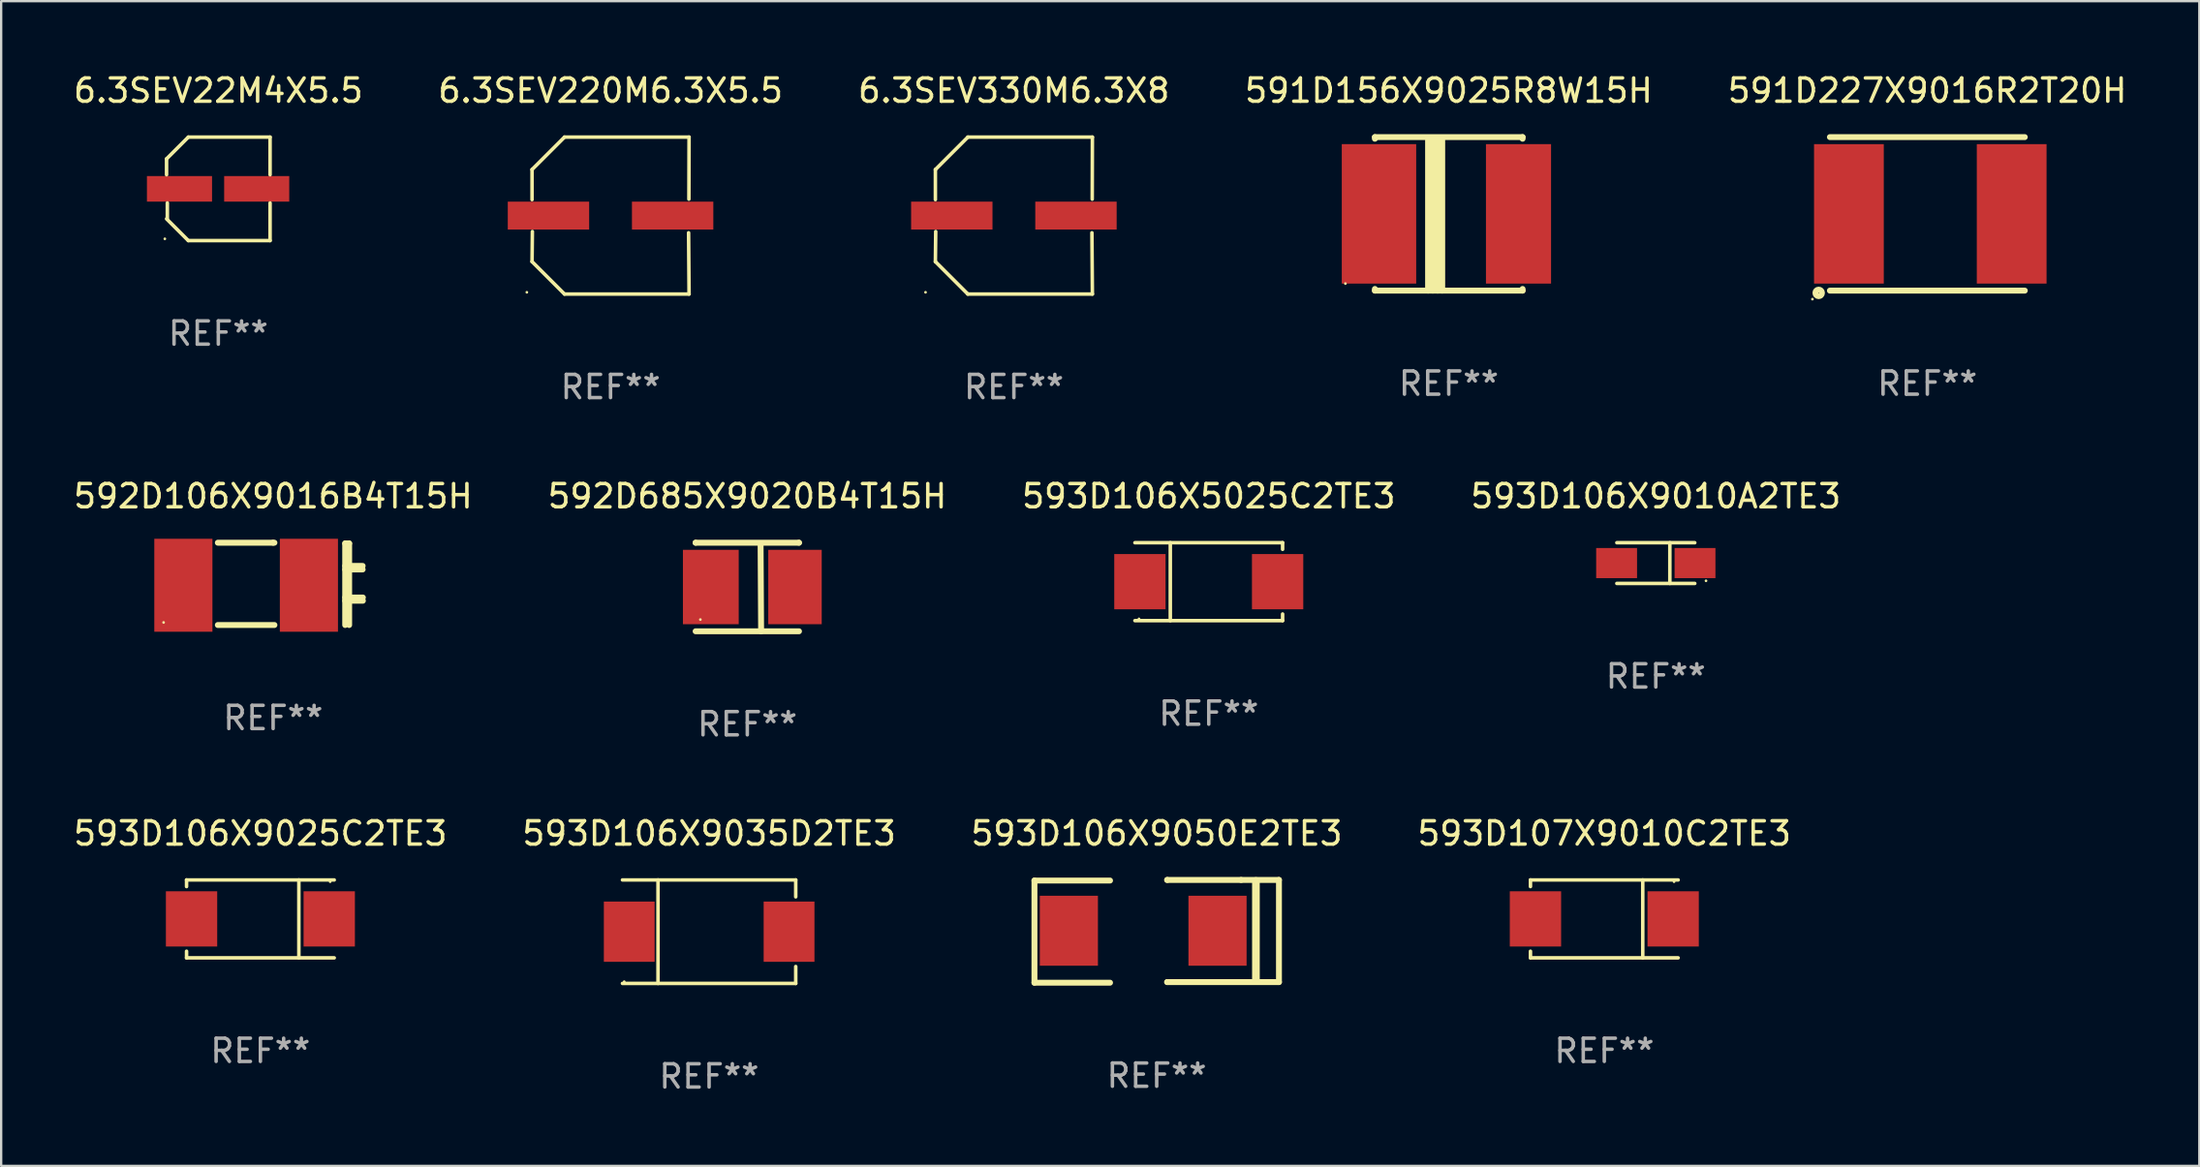
<source format=kicad_pcb>
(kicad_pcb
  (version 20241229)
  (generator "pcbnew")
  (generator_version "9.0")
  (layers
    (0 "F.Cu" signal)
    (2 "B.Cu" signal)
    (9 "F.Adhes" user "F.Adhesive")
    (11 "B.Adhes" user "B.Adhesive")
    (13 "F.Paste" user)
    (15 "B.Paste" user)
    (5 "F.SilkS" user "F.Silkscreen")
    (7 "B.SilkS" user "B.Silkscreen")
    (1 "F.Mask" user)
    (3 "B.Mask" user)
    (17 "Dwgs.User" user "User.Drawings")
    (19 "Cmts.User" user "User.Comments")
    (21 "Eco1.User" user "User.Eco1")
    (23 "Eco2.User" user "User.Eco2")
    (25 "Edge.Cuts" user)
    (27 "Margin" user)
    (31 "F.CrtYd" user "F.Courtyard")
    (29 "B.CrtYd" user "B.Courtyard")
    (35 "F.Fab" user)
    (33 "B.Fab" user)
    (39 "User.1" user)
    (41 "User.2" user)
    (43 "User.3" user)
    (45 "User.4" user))
  (footprint "591D156X9025R8W15H"
    (layer "F.Cu")
    (at 59.256 6.15)
    (property "Reference" "591D156X9025R8W15H" (at 0 -5.302 0) (layer "F.SilkS") (effects (font (size 1 1) (thickness 0.15))))
    (attr through_hole)
    (fp_line (start -3.175 -3.231) (end -3.175 -3.302) (stroke (width 0.254) (type solid)) (layer "F.SilkS"))
    (fp_line (start -3.175 3.302) (end -3.175 3.231) (stroke (width 0.254) (type solid)) (layer "F.SilkS"))
    (fp_line (start -3.175 3.302) (end 3.175 3.302) (stroke (width 0.254) (type solid)) (layer "F.SilkS"))
    (fp_line (start -0.889 -3.175) (end -0.889 3.302) (stroke (width 0.254) (type solid)) (layer "F.SilkS"))
    (fp_line (start -0.688 -3.175) (end -0.688 3.302) (stroke (width 0.254) (type solid)) (layer "F.SilkS"))
    (fp_line (start -0.478 -3.175) (end -0.478 3.302) (stroke (width 0.254) (type solid)) (layer "F.SilkS"))
    (fp_line (start -0.281 -3.175) (end -0.281 3.302) (stroke (width 0.254) (type solid)) (layer "F.SilkS"))
    (fp_line (start 3.175 -3.302) (end -3.175 -3.302) (stroke (width 0.254) (type solid)) (layer "F.SilkS"))
    (fp_line (start 3.175 -3.302) (end 3.175 -3.231) (stroke (width 0.254) (type solid)) (layer "F.SilkS"))
    (fp_line (start 3.175 3.231) (end 3.175 3.302) (stroke (width 0.254) (type solid)) (layer "F.SilkS"))
    (fp_circle (center -4.445 3) (end -4.415 3) (stroke (width 0.06) (type solid)) (fill no) (layer "F.SilkS"))
    (fp_text user "REF**" (at 0 7.302 0) (layer "F.Fab") (effects (font (size 1 1) (thickness 0.15))))
    (pad "1" smd rect (at -3 0) (size 3.2 6) (layers "F.Cu" "F.Mask" "F.Paste"))
    (pad "2" smd rect (at 3 0) (size 2.8 6) (layers "F.Cu" "F.Mask" "F.Paste")))
  (footprint "592D685X9020B4T15H"
    (layer "F.Cu")
    (at 29.089 22.202)
    (property "Reference" "592D685X9020B4T15H" (at 0 -3.905 0) (layer "F.SilkS") (effects (font (size 1 1) (thickness 0.15))))
    (attr through_hole)
    (fp_line (start -2.223 -1.905) (end 2.222 -1.905) (stroke (width 0.254) (type solid)) (layer "F.SilkS"))
    (fp_line (start -2.222 -1.905) (end -2.223 -1.905) (stroke (width 0.254) (type solid)) (layer "F.SilkS"))
    (fp_line (start -2.222 1.905) (end 2.223 1.905) (stroke (width 0.254) (type solid)) (layer "F.SilkS"))
    (fp_line (start 0.572 -1.778) (end 0.594 1.905) (stroke (width 0.254) (type solid)) (layer "F.SilkS"))
    (fp_line (start 2.222 -1.905) (end 2.223 -1.905) (stroke (width 0.254) (type solid)) (layer "F.SilkS"))
    (fp_circle (center -2.019 1.401) (end -1.989 1.401) (stroke (width 0.06) (type solid)) (fill no) (layer "F.SilkS"))
    (fp_text user "REF**" (at 0 5.905 0) (layer "F.Fab") (effects (font (size 1 1) (thickness 0.15))))
    (pad "1" smd rect (at -1.569 0.001 90) (size 3.2 2.4) (layers "F.Cu" "F.Mask" "F.Paste"))
    (pad "2" smd rect (at 2.051 0.001 90) (size 3.2 2.3) (layers "F.Cu" "F.Mask" "F.Paste")))
  (footprint "593D106X9025C2TE3"
    (layer "F.Cu")
    (at 8.149 36.48)
    (property "Reference" "593D106X9025C2TE3" (at 0 -3.676 0) (layer "F.SilkS") (effects (font (size 1 1) (thickness 0.15))))
    (attr through_hole)
    (fp_line (start -3.176 -1.676) (end -3.176 -1.391) (stroke (width 0.152) (type solid)) (layer "F.SilkS"))
    (fp_line (start -3.176 -1.676) (end 3.176 -1.676) (stroke (width 0.152) (type solid)) (layer "F.SilkS"))
    (fp_line (start -3.176 1.676) (end -3.176 1.391) (stroke (width 0.152) (type solid)) (layer "F.SilkS"))
    (fp_line (start -3.176 1.676) (end 3.176 1.676) (stroke (width 0.152) (type solid)) (layer "F.SilkS"))
    (fp_line (start 1.654 -1.676) (end 1.654 1.676) (stroke (width 0.152) (type solid)) (layer "F.SilkS"))
    (fp_circle (center 3 -1.6) (end 3.03 -1.6) (stroke (width 0.06) (type solid)) (fill no) (layer "F.SilkS"))
    (fp_text user "REF**" (at 0 5.676 0) (layer "F.Fab") (effects (font (size 1 1) (thickness 0.15))))
    (pad "1" smd rect (at 2.961 0) (size 2.207 2.376) (layers "F.Cu" "F.Mask" "F.Paste"))
    (pad "2" smd rect (at -2.961 0) (size 2.207 2.376) (layers "F.Cu" "F.Mask" "F.Paste")))
  (footprint "6.3SEV22M4X5.5"
    (layer "F.Cu")
    (at 6.339 5.074)
    (property "Reference" "6.3SEV22M4X5.5" (at 0 -4.226 0) (layer "F.SilkS") (effects (font (size 1 1) (thickness 0.15))))
    (attr through_hole)
    (fp_line (start -2.226 -1.29) (end -2.226 -0.607) (stroke (width 0.152) (type solid)) (layer "F.SilkS"))
    (fp_line (start -2.193 1.29) (end -2.193 0.607) (stroke (width 0.152) (type solid)) (layer "F.SilkS"))
    (fp_line (start -1.29 2.226) (end -2.226 1.29) (stroke (width 0.152) (type solid)) (layer "F.SilkS"))
    (fp_line (start -1.29 -2.226) (end -2.226 -1.29) (stroke (width 0.152) (type solid)) (layer "F.SilkS"))
    (fp_line (start 2.226 -2.226) (end -1.29 -2.226) (stroke (width 0.152) (type solid)) (layer "F.SilkS"))
    (fp_line (start 2.226 -0.607) (end 2.226 -2.226) (stroke (width 0.152) (type solid)) (layer "F.SilkS"))
    (fp_line (start 2.226 0.607) (end 2.226 2.226) (stroke (width 0.152) (type solid)) (layer "F.SilkS"))
    (fp_line (start 2.226 2.226) (end -1.29 2.226) (stroke (width 0.152) (type solid)) (layer "F.SilkS"))
    (fp_circle (center -2.3 2.15) (end -2.27 2.15) (stroke (width 0.06) (type solid)) (fill no) (layer "F.SilkS"))
    (fp_text user "REF**" (at 0 6.226 0) (layer "F.Fab") (effects (font (size 1 1) (thickness 0.15))))
    (pad "1" smd rect (at -1.67 -0.000025) (size 2.8 1.1) (layers "F.Cu" "F.Mask" "F.Paste"))
    (pad "2" smd rect (at 1.651 -0.000025) (size 2.8 1.1) (layers "F.Cu" "F.Mask" "F.Paste")))
  (footprint "593D106X9010A2TE3"
    (layer "F.Cu")
    (at 68.161 21.173)
    (property "Reference" "593D106X9010A2TE3" (at 0 -2.876 0) (layer "F.SilkS") (effects (font (size 1 1) (thickness 0.15))))
    (attr through_hole)
    (fp_line (start -1.676 -0.876) (end 1.676 -0.876) (stroke (width 0.152) (type solid)) (layer "F.SilkS"))
    (fp_line (start -1.676 0.876) (end 1.676 0.876) (stroke (width 0.152) (type solid)) (layer "F.SilkS"))
    (fp_line (start 0.604 -0.876) (end 0.604 0.876) (stroke (width 0.152) (type solid)) (layer "F.SilkS"))
    (fp_circle (center 2.159 0.762) (end 2.189 0.762) (stroke (width 0.06) (type solid)) (fill no) (layer "F.SilkS"))
    (fp_text user "REF**" (at 0 4.876 0) (layer "F.Fab") (effects (font (size 1 1) (thickness 0.15))))
    (pad "1" smd rect (at 1.686 0) (size 1.758 1.296) (layers "F.Cu" "F.Mask" "F.Paste"))
    (pad "2" smd rect (at -1.686 0) (size 1.758 1.296) (layers "F.Cu" "F.Mask" "F.Paste")))
  (footprint "591D227X9016R2T20H"
    (layer "F.Cu")
    (at 79.839 6.15)
    (property "Reference" "591D227X9016R2T20H" (at 0 -5.302 0) (layer "F.SilkS") (effects (font (size 1 1) (thickness 0.15))))
    (attr through_hole)
    (fp_line (start -4.191 -3.302) (end 4.191 -3.302) (stroke (width 0.254) (type solid)) (layer "F.SilkS"))
    (fp_line (start -4.191 3.302) (end 4.191 3.302) (stroke (width 0.254) (type solid)) (layer "F.SilkS"))
    (fp_circle (center -4.942 3.669) (end -4.912 3.669) (stroke (width 0.06) (type solid)) (fill no) (layer "F.SilkS"))
    (fp_circle (center -4.673 3.4) (end -4.532 3.4) (stroke (width 0.254) (type solid)) (fill no) (layer "F.SilkS"))
    (fp_text user "REF**" (at 0 7.302 0) (layer "F.Fab") (effects (font (size 1 1) (thickness 0.15))))
    (pad "1" smd rect (at -3.373 0) (size 3 5.999) (layers "F.Cu" "F.Mask" "F.Paste"))
    (pad "2" smd rect (at 3.627 0) (size 3 5.999) (layers "F.Cu" "F.Mask" "F.Paste")))
  (footprint "592D106X9016B4T15H"
    (layer "F.Cu")
    (at 8.696 22.067)
    (property "Reference" "592D106X9016B4T15H" (at 0 -3.77 0) (layer "F.SilkS") (effects (font (size 1 1) (thickness 0.15))))
    (attr through_hole)
    (fp_line (start -2.378 -1.77) (end -0.000495 -1.77) (stroke (width 0.254) (type solid)) (layer "F.SilkS"))
    (fp_line (start -0.000495 -1.77) (end 0.057 -1.77) (stroke (width 0.254) (type solid)) (layer "F.SilkS"))
    (fp_line (start 0.057 1.77) (end -2.378 1.77) (stroke (width 0.254) (type solid)) (layer "F.SilkS"))
    (fp_line (start 3.1 -1.74) (end 3.1 1.77) (stroke (width 0.254) (type solid)) (layer "F.SilkS"))
    (fp_line (start 3.1 -1.74) (end 3.27 -1.74) (stroke (width 0.254) (type solid)) (layer "F.SilkS"))
    (fp_line (start 3.1 -0.772) (end 3.85 -0.772) (stroke (width 0.254) (type solid)) (layer "F.SilkS"))
    (fp_line (start 3.1 -0.62) (end 3.85 -0.62) (stroke (width 0.254) (type solid)) (layer "F.SilkS"))
    (fp_line (start 3.1 0.587) (end 3.86 0.587) (stroke (width 0.254) (type solid)) (layer "F.SilkS"))
    (fp_line (start 3.1 0.726) (end 3.86 0.726) (stroke (width 0.254) (type solid)) (layer "F.SilkS"))
    (fp_line (start 3.27 -1.74) (end 3.27 1.77) (stroke (width 0.254) (type solid)) (layer "F.SilkS"))
    (fp_circle (center -4.71 1.66) (end -4.68 1.66) (stroke (width 0.06) (type solid)) (fill no) (layer "F.SilkS"))
    (fp_text user "REF**" (at 0 5.77 0) (layer "F.Fab") (effects (font (size 1 1) (thickness 0.15))))
    (pad "1" smd rect (at -3.86 0.06 270) (size 4 2.5) (layers "F.Cu" "F.Mask" "F.Paste"))
    (pad "2" smd rect (at 1.539 0.06 270) (size 4 2.5) (layers "F.Cu" "F.Mask" "F.Paste")))
  (footprint "593D106X9050E2TE3"
    (layer "F.Cu")
    (at 46.696 37.014)
    (property "Reference" "593D106X9050E2TE3" (at 0 -4.21 0) (layer "F.SilkS") (effects (font (size 1 1) (thickness 0.15))))
    (attr through_hole)
    (fp_line (start -5.258 -2.184) (end -2.007 -2.184) (stroke (width 0.254) (type solid)) (layer "F.SilkS"))
    (fp_line (start -5.258 2.21) (end -5.258 -2.184) (stroke (width 0.254) (type solid)) (layer "F.SilkS"))
    (fp_line (start -2.007 2.21) (end -5.258 2.21) (stroke (width 0.254) (type solid)) (layer "F.SilkS"))
    (fp_line (start 0.45 -2.21) (end 3.63 -2.21) (stroke (width 0.254) (type solid)) (layer "F.SilkS"))
    (fp_line (start 0.45 2.184) (end 0.457 2.184) (stroke (width 0.254) (type solid)) (layer "F.SilkS"))
    (fp_line (start 0.457 -2.21) (end 0.45 -2.21) (stroke (width 0.254) (type solid)) (layer "F.SilkS"))
    (fp_line (start 3.63 -2.21) (end 5.258 -2.21) (stroke (width 0.254) (type solid)) (layer "F.SilkS"))
    (fp_line (start 4.267 2.134) (end 4.267 -2.166) (stroke (width 0.33) (type solid)) (layer "F.SilkS"))
    (fp_line (start 5.258 -2.21) (end 5.258 2.184) (stroke (width 0.254) (type solid)) (layer "F.SilkS"))
    (fp_line (start 5.258 2.184) (end 0.45 2.184) (stroke (width 0.254) (type solid)) (layer "F.SilkS"))
    (fp_circle (center 2.964 -2.176) (end 2.994 -2.176) (stroke (width 0.06) (type solid)) (fill no) (layer "F.SilkS"))
    (fp_text user "REF**" (at 0 6.21 0) (layer "F.Fab") (effects (font (size 1 1) (thickness 0.15))))
    (pad "1" smd rect (at 2.616 -0.025 180) (size 2.5 3.01) (layers "F.Cu" "F.Mask" "F.Paste"))
    (pad "2" smd rect (at -3.777 -0.025 180) (size 2.5 3.01) (layers "F.Cu" "F.Mask" "F.Paste")))
  (footprint "6.3SEV330M6.3X8"
    (layer "F.Cu")
    (at 40.554 6.224)
    (property "Reference" "6.3SEV330M6.3X8" (at 0 -5.376 0) (layer "F.SilkS") (effects (font (size 1 1) (thickness 0.15))))
    (attr through_hole)
    (fp_line (start -3.376 -1.98) (end -3.376 -0.686) (stroke (width 0.152) (type solid)) (layer "F.SilkS"))
    (fp_line (start -3.376 1.981) (end -3.362 0.686) (stroke (width 0.152) (type solid)) (layer "F.SilkS"))
    (fp_line (start -1.981 3.376) (end -3.376 1.981) (stroke (width 0.152) (type solid)) (layer "F.SilkS"))
    (fp_line (start -1.98 -3.376) (end -3.376 -1.98) (stroke (width 0.152) (type solid)) (layer "F.SilkS"))
    (fp_line (start 3.356 0.74) (end 3.376 3.376) (stroke (width 0.152) (type solid)) (layer "F.SilkS"))
    (fp_line (start 3.369 -0.707) (end 3.376 -3.376) (stroke (width 0.152) (type solid)) (layer "F.SilkS"))
    (fp_line (start 3.376 3.376) (end -1.981 3.376) (stroke (width 0.152) (type solid)) (layer "F.SilkS"))
    (fp_line (start 3.376 -3.376) (end -1.98 -3.376) (stroke (width 0.152) (type solid)) (layer "F.SilkS"))
    (fp_circle (center -3.8 3.3) (end -3.77 3.3) (stroke (width 0.06) (type solid)) (fill no) (layer "F.SilkS"))
    (fp_text user "REF**" (at 0 7.376 0) (layer "F.Fab") (effects (font (size 1 1) (thickness 0.15))))
    (pad "1" smd rect (at -2.67 0.000203) (size 3.5 1.2) (layers "F.Cu" "F.Mask" "F.Paste"))
    (pad "2" smd rect (at 2.67 0.000203) (size 3.5 1.2) (layers "F.Cu" "F.Mask" "F.Paste")))
  (footprint "593D106X5025C2TE3"
    (layer "F.Cu")
    (at 48.935 21.973)
    (property "Reference" "593D106X5025C2TE3" (at 0 -3.676 0) (layer "F.SilkS") (effects (font (size 1 1) (thickness 0.15))))
    (attr through_hole)
    (fp_line (start -1.654 1.676) (end -1.654 -1.676) (stroke (width 0.152) (type solid)) (layer "F.SilkS"))
    (fp_line (start 3.176 -1.676) (end -3.176 -1.676) (stroke (width 0.152) (type solid)) (layer "F.SilkS"))
    (fp_line (start 3.176 -1.676) (end 3.176 -1.391) (stroke (width 0.152) (type solid)) (layer "F.SilkS"))
    (fp_line (start 3.176 1.676) (end -3.176 1.676) (stroke (width 0.152) (type solid)) (layer "F.SilkS"))
    (fp_line (start 3.176 1.676) (end 3.176 1.391) (stroke (width 0.152) (type solid)) (layer "F.SilkS"))
    (fp_circle (center -3 1.6) (end -2.97 1.6) (stroke (width 0.06) (type solid)) (fill no) (layer "F.SilkS"))
    (fp_text user "REF**" (at 0 5.676 0) (layer "F.Fab") (effects (font (size 1 1) (thickness 0.15))))
    (pad "1" smd rect (at -2.961 -0.000051 180) (size 2.207 2.376) (layers "F.Cu" "F.Mask" "F.Paste"))
    (pad "2" smd rect (at 2.961 -0.000051 180) (size 2.207 2.376) (layers "F.Cu" "F.Mask" "F.Paste")))
  (footprint "593D106X9035D2TE3"
    (layer "F.Cu")
    (at 27.446 37.03)
    (property "Reference" "593D106X9035D2TE3" (at 0 -4.226 0) (layer "F.SilkS") (effects (font (size 1 1) (thickness 0.15))))
    (attr through_hole)
    (fp_line (start -3.726 -2.226) (end 3.726 -2.226) (stroke (width 0.152) (type solid)) (layer "F.SilkS"))
    (fp_line (start -3.726 2.226) (end 3.726 2.226) (stroke (width 0.152) (type solid)) (layer "F.SilkS"))
    (fp_line (start -2.197 -2.226) (end -2.197 2.226) (stroke (width 0.152) (type solid)) (layer "F.SilkS"))
    (fp_line (start 3.726 -2.226) (end 3.726 -1.499) (stroke (width 0.152) (type solid)) (layer "F.SilkS"))
    (fp_line (start 3.726 2.226) (end 3.726 1.499) (stroke (width 0.152) (type solid)) (layer "F.SilkS"))
    (fp_circle (center -3.65 2.15) (end -3.62 2.15) (stroke (width 0.06) (type solid)) (fill no) (layer "F.SilkS"))
    (fp_text user "REF**" (at 0 6.226 0) (layer "F.Fab") (effects (font (size 1 1) (thickness 0.15))))
    (pad "1" smd rect (at -3.434 0 180) (size 2.185 2.592) (layers "F.Cu" "F.Mask" "F.Paste"))
    (pad "2" smd rect (at 3.439 0 180) (size 2.185 2.592) (layers "F.Cu" "F.Mask" "F.Paste")))
  (footprint "593D107X9010C2TE3"
    (layer "F.Cu")
    (at 65.946 36.48)
    (property "Reference" "593D107X9010C2TE3" (at 0 -3.676 0) (layer "F.SilkS") (effects (font (size 1 1) (thickness 0.15))))
    (attr through_hole)
    (fp_line (start -3.176 -1.676) (end -3.176 -1.391) (stroke (width 0.152) (type solid)) (layer "F.SilkS"))
    (fp_line (start -3.176 -1.676) (end 3.176 -1.676) (stroke (width 0.152) (type solid)) (layer "F.SilkS"))
    (fp_line (start -3.176 1.676) (end -3.176 1.391) (stroke (width 0.152) (type solid)) (layer "F.SilkS"))
    (fp_line (start -3.176 1.676) (end 3.176 1.676) (stroke (width 0.152) (type solid)) (layer "F.SilkS"))
    (fp_line (start 1.654 -1.676) (end 1.654 1.676) (stroke (width 0.152) (type solid)) (layer "F.SilkS"))
    (fp_circle (center 3 -1.6) (end 3.03 -1.6) (stroke (width 0.06) (type solid)) (fill no) (layer "F.SilkS"))
    (fp_text user "REF**" (at 0 5.676 0) (layer "F.Fab") (effects (font (size 1 1) (thickness 0.15))))
    (pad "1" smd rect (at 2.961 0) (size 2.207 2.376) (layers "F.Cu" "F.Mask" "F.Paste"))
    (pad "2" smd rect (at -2.961 0) (size 2.207 2.376) (layers "F.Cu" "F.Mask" "F.Paste")))
  (footprint "6.3SEV220M6.3X5.5"
    (layer "F.Cu")
    (at 23.208 6.224)
    (property "Reference" "6.3SEV220M6.3X5.5" (at 0 -5.376 0) (layer "F.SilkS") (effects (font (size 1 1) (thickness 0.15))))
    (attr through_hole)
    (fp_line (start -3.376 -1.98) (end -3.376 -0.686) (stroke (width 0.152) (type solid)) (layer "F.SilkS"))
    (fp_line (start -3.376 1.981) (end -3.362 0.686) (stroke (width 0.152) (type solid)) (layer "F.SilkS"))
    (fp_line (start -1.981 3.376) (end -3.376 1.981) (stroke (width 0.152) (type solid)) (layer "F.SilkS"))
    (fp_line (start -1.98 -3.376) (end -3.376 -1.98) (stroke (width 0.152) (type solid)) (layer "F.SilkS"))
    (fp_line (start 3.356 0.74) (end 3.376 3.376) (stroke (width 0.152) (type solid)) (layer "F.SilkS"))
    (fp_line (start 3.369 -0.707) (end 3.376 -3.376) (stroke (width 0.152) (type solid)) (layer "F.SilkS"))
    (fp_line (start 3.376 3.376) (end -1.981 3.376) (stroke (width 0.152) (type solid)) (layer "F.SilkS"))
    (fp_line (start 3.376 -3.376) (end -1.98 -3.376) (stroke (width 0.152) (type solid)) (layer "F.SilkS"))
    (fp_circle (center -3.6 3.3) (end -3.57 3.3) (stroke (width 0.06) (type solid)) (fill no) (layer "F.SilkS"))
    (fp_text user "REF**" (at 0 7.376 0) (layer "F.Fab") (effects (font (size 1 1) (thickness 0.15))))
    (pad "1" smd rect (at -2.67 0.000381) (size 3.5 1.2) (layers "F.Cu" "F.Mask" "F.Paste"))
    (pad "2" smd rect (at 2.67 0.000381) (size 3.5 1.2) (layers "F.Cu" "F.Mask" "F.Paste")))
  (gr_rect
    (start -3 -3)
    (end 91.536 47.105)
    (stroke (width 0.1) (type default))
    (fill no)
    (layer "Edge.Cuts")))
</source>
